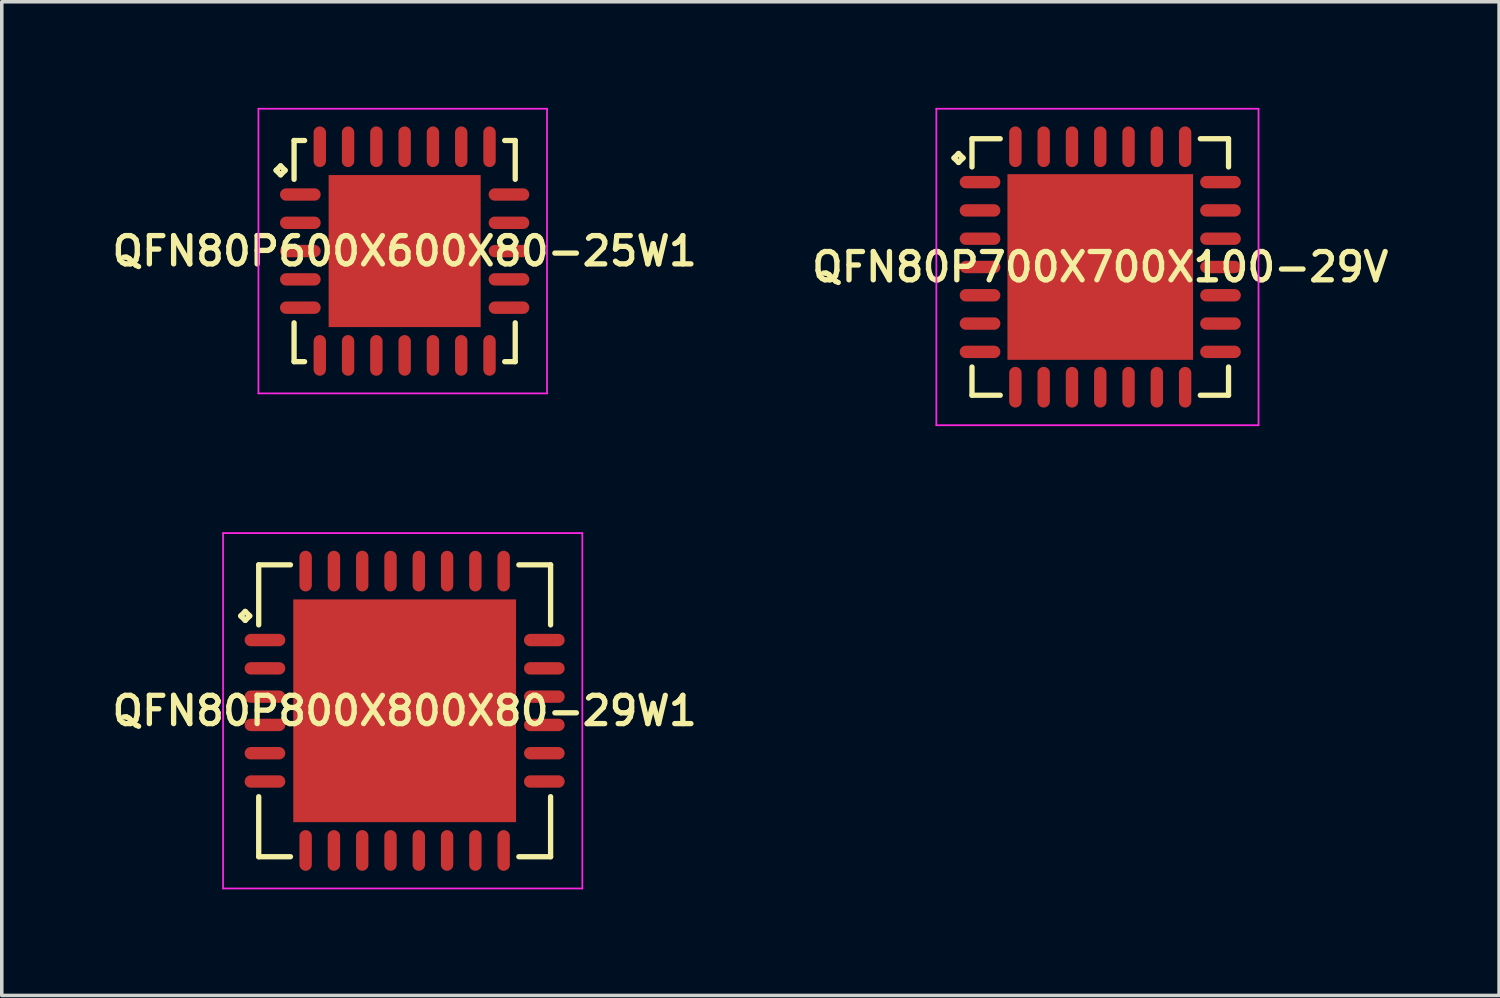
<source format=kicad_pcb>
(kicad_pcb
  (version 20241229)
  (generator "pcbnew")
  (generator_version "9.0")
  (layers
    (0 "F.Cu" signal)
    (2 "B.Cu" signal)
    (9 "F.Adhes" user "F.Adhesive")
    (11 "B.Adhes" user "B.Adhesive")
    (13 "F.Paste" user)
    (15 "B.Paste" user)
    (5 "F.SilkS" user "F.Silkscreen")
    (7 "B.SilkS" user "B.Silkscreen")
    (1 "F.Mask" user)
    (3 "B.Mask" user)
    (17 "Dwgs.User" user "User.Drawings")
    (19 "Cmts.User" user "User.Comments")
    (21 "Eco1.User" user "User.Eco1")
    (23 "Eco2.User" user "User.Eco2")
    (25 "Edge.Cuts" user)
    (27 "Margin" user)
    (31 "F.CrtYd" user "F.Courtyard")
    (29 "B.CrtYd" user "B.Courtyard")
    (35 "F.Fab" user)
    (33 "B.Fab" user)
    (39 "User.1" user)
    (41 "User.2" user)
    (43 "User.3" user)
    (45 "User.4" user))
  (footprint "QFN80P600X600X80-25W1"
    (layer "F.Cu")
    (at 8.393 4.05)
    (property "Reference" "QFN80P600X600X80-25W1" (at 0 0 0) (layer "F.SilkS") (effects (font (size 0.8 0.8) (thickness 0.15))))
    (attr smd)
    (fp_line (start -3.635 -2.283) (end -3.508 -2.41) (stroke (width 0.15) (type solid)) (layer "F.SilkS"))
    (fp_line (start -3.508 -2.41) (end -3.381 -2.283) (stroke (width 0.15) (type solid)) (layer "F.SilkS"))
    (fp_line (start -3.508 -2.156) (end -3.635 -2.283) (stroke (width 0.15) (type solid)) (layer "F.SilkS"))
    (fp_line (start -3.381 -2.283) (end -3.508 -2.156) (stroke (width 0.15) (type solid)) (layer "F.SilkS"))
    (fp_line (start -3.127 -3.127) (end -2.829 -3.127) (stroke (width 0.15) (type solid)) (layer "F.SilkS"))
    (fp_line (start -3.127 -2.029) (end -3.127 -3.127) (stroke (width 0.15) (type solid)) (layer "F.SilkS"))
    (fp_line (start -3.127 2.029) (end -3.127 3.127) (stroke (width 0.15) (type solid)) (layer "F.SilkS"))
    (fp_line (start -3.127 3.127) (end -2.829 3.127) (stroke (width 0.15) (type solid)) (layer "F.SilkS"))
    (fp_line (start 2.829 -3.127) (end 3.127 -3.127) (stroke (width 0.15) (type solid)) (layer "F.SilkS"))
    (fp_line (start 2.829 3.127) (end 3.127 3.127) (stroke (width 0.15) (type solid)) (layer "F.SilkS"))
    (fp_line (start 3.127 -3.127) (end 3.127 -2.029) (stroke (width 0.15) (type solid)) (layer "F.SilkS"))
    (fp_line (start 3.127 3.127) (end 3.127 2.029) (stroke (width 0.15) (type solid)) (layer "F.SilkS"))
    (fp_line (start -4.135 -4.025) (end 4.025 -4.025) (stroke (width 0.05) (type solid)) (layer "F.CrtYd"))
    (fp_line (start -4.135 4.025) (end -4.135 -4.025) (stroke (width 0.05) (type solid)) (layer "F.CrtYd"))
    (fp_line (start 4.025 -4.025) (end 4.025 4.025) (stroke (width 0.05) (type solid)) (layer "F.CrtYd"))
    (fp_line (start 4.025 4.025) (end -4.135 4.025) (stroke (width 0.05) (type solid)) (layer "F.CrtYd"))
    (pad "1" smd oval (at -2.95 -1.6) (size 1.15 0.35) (layers "F.Cu" "F.Mask" "F.Paste"))
    (pad "2" smd oval (at -2.95 -0.8) (size 1.15 0.35) (layers "F.Cu" "F.Mask" "F.Paste"))
    (pad "3" smd oval (at -2.95 0) (size 1.15 0.35) (layers "F.Cu" "F.Mask" "F.Paste"))
    (pad "4" smd oval (at -2.95 0.8) (size 1.15 0.35) (layers "F.Cu" "F.Mask" "F.Paste"))
    (pad "5" smd oval (at -2.95 1.6) (size 1.15 0.35) (layers "F.Cu" "F.Mask" "F.Paste"))
    (pad "6" smd oval (at -2.4 2.95) (size 0.35 1.15) (layers "F.Cu" "F.Mask" "F.Paste"))
    (pad "7" smd oval (at -1.6 2.95) (size 0.35 1.15) (layers "F.Cu" "F.Mask" "F.Paste"))
    (pad "8" smd oval (at -0.8 2.95) (size 0.35 1.15) (layers "F.Cu" "F.Mask" "F.Paste"))
    (pad "9" smd oval (at 0 2.95) (size 0.35 1.15) (layers "F.Cu" "F.Mask" "F.Paste"))
    (pad "10" smd oval (at 0.8 2.95) (size 0.35 1.15) (layers "F.Cu" "F.Mask" "F.Paste"))
    (pad "11" smd oval (at 1.6 2.95) (size 0.35 1.15) (layers "F.Cu" "F.Mask" "F.Paste"))
    (pad "12" smd oval (at 2.4 2.95) (size 0.35 1.15) (layers "F.Cu" "F.Mask" "F.Paste"))
    (pad "13" smd oval (at 2.95 1.6) (size 1.15 0.35) (layers "F.Cu" "F.Mask" "F.Paste"))
    (pad "14" smd oval (at 2.95 0.8) (size 1.15 0.35) (layers "F.Cu" "F.Mask" "F.Paste"))
    (pad "15" smd oval (at 2.95 0) (size 1.15 0.35) (layers "F.Cu" "F.Mask" "F.Paste"))
    (pad "16" smd oval (at 2.95 -0.8) (size 1.15 0.35) (layers "F.Cu" "F.Mask" "F.Paste"))
    (pad "17" smd oval (at 2.95 -1.6) (size 1.15 0.35) (layers "F.Cu" "F.Mask" "F.Paste"))
    (pad "18" smd oval (at 2.4 -2.95) (size 0.35 1.15) (layers "F.Cu" "F.Mask" "F.Paste"))
    (pad "19" smd oval (at 1.6 -2.95) (size 0.35 1.15) (layers "F.Cu" "F.Mask" "F.Paste"))
    (pad "20" smd oval (at 0.8 -2.95) (size 0.35 1.15) (layers "F.Cu" "F.Mask" "F.Paste"))
    (pad "21" smd oval (at 0 -2.95) (size 0.35 1.15) (layers "F.Cu" "F.Mask" "F.Paste"))
    (pad "22" smd oval (at -0.8 -2.95) (size 0.35 1.15) (layers "F.Cu" "F.Mask" "F.Paste"))
    (pad "23" smd oval (at -1.6 -2.95) (size 0.35 1.15) (layers "F.Cu" "F.Mask" "F.Paste"))
    (pad "24" smd oval (at -2.4 -2.95) (size 0.35 1.15) (layers "F.Cu" "F.Mask" "F.Paste"))
    (pad "25" smd rect (at 0 0) (size 4.3 4.3) (layers "F.Cu" "F.Mask" "F.Paste")))
  (footprint "QFN80P700X700X100-29V"
    (layer "F.Cu")
    (at 28.064 4.5)
    (property "Reference" "QFN80P700X700X100-29V" (at 0 0 0) (layer "F.SilkS") (effects (font (size 0.8 0.8) (thickness 0.15))))
    (attr smd)
    (fp_line (start -4.135 -3.083) (end -4.008 -3.21) (stroke (width 0.15) (type solid)) (layer "F.SilkS"))
    (fp_line (start -4.008 -3.21) (end -3.881 -3.083) (stroke (width 0.15) (type solid)) (layer "F.SilkS"))
    (fp_line (start -4.008 -2.956) (end -4.135 -3.083) (stroke (width 0.15) (type solid)) (layer "F.SilkS"))
    (fp_line (start -3.881 -3.083) (end -4.008 -2.956) (stroke (width 0.15) (type solid)) (layer "F.SilkS"))
    (fp_line (start -3.627 -3.627) (end -2.829 -3.627) (stroke (width 0.15) (type solid)) (layer "F.SilkS"))
    (fp_line (start -3.627 -2.829) (end -3.627 -3.627) (stroke (width 0.15) (type solid)) (layer "F.SilkS"))
    (fp_line (start -3.627 2.829) (end -3.627 3.627) (stroke (width 0.15) (type solid)) (layer "F.SilkS"))
    (fp_line (start -3.627 3.627) (end -2.829 3.627) (stroke (width 0.15) (type solid)) (layer "F.SilkS"))
    (fp_line (start 2.829 -3.627) (end 3.627 -3.627) (stroke (width 0.15) (type solid)) (layer "F.SilkS"))
    (fp_line (start 2.829 3.627) (end 3.627 3.627) (stroke (width 0.15) (type solid)) (layer "F.SilkS"))
    (fp_line (start 3.627 -3.627) (end 3.627 -2.829) (stroke (width 0.15) (type solid)) (layer "F.SilkS"))
    (fp_line (start 3.627 3.627) (end 3.627 2.829) (stroke (width 0.15) (type solid)) (layer "F.SilkS"))
    (fp_line (start -4.635 -4.475) (end 4.475 -4.475) (stroke (width 0.05) (type solid)) (layer "F.CrtYd"))
    (fp_line (start -4.635 4.475) (end -4.635 -4.475) (stroke (width 0.05) (type solid)) (layer "F.CrtYd"))
    (fp_line (start 4.475 -4.475) (end 4.475 4.475) (stroke (width 0.05) (type solid)) (layer "F.CrtYd"))
    (fp_line (start 4.475 4.475) (end -4.635 4.475) (stroke (width 0.05) (type solid)) (layer "F.CrtYd"))
    (pad "1" smd oval (at -3.4 -2.4) (size 1.15 0.35) (layers "F.Cu" "F.Mask" "F.Paste"))
    (pad "2" smd oval (at -3.4 -1.6) (size 1.15 0.35) (layers "F.Cu" "F.Mask" "F.Paste"))
    (pad "3" smd oval (at -3.4 -0.8) (size 1.15 0.35) (layers "F.Cu" "F.Mask" "F.Paste"))
    (pad "4" smd oval (at -3.4 0) (size 1.15 0.35) (layers "F.Cu" "F.Mask" "F.Paste"))
    (pad "5" smd oval (at -3.4 0.8) (size 1.15 0.35) (layers "F.Cu" "F.Mask" "F.Paste"))
    (pad "6" smd oval (at -3.4 1.6) (size 1.15 0.35) (layers "F.Cu" "F.Mask" "F.Paste"))
    (pad "7" smd oval (at -3.4 2.4) (size 1.15 0.35) (layers "F.Cu" "F.Mask" "F.Paste"))
    (pad "8" smd oval (at -2.4 3.4) (size 0.35 1.15) (layers "F.Cu" "F.Mask" "F.Paste"))
    (pad "9" smd oval (at -1.6 3.4) (size 0.35 1.15) (layers "F.Cu" "F.Mask" "F.Paste"))
    (pad "10" smd oval (at -0.8 3.4) (size 0.35 1.15) (layers "F.Cu" "F.Mask" "F.Paste"))
    (pad "11" smd oval (at 0 3.4) (size 0.35 1.15) (layers "F.Cu" "F.Mask" "F.Paste"))
    (pad "12" smd oval (at 0.8 3.4) (size 0.35 1.15) (layers "F.Cu" "F.Mask" "F.Paste"))
    (pad "13" smd oval (at 1.6 3.4) (size 0.35 1.15) (layers "F.Cu" "F.Mask" "F.Paste"))
    (pad "14" smd oval (at 2.4 3.4) (size 0.35 1.15) (layers "F.Cu" "F.Mask" "F.Paste"))
    (pad "15" smd oval (at 3.4 2.4) (size 1.15 0.35) (layers "F.Cu" "F.Mask" "F.Paste"))
    (pad "16" smd oval (at 3.4 1.6) (size 1.15 0.35) (layers "F.Cu" "F.Mask" "F.Paste"))
    (pad "17" smd oval (at 3.4 0.8) (size 1.15 0.35) (layers "F.Cu" "F.Mask" "F.Paste"))
    (pad "18" smd oval (at 3.4 0) (size 1.15 0.35) (layers "F.Cu" "F.Mask" "F.Paste"))
    (pad "19" smd oval (at 3.4 -0.8) (size 1.15 0.35) (layers "F.Cu" "F.Mask" "F.Paste"))
    (pad "20" smd oval (at 3.4 -1.6) (size 1.15 0.35) (layers "F.Cu" "F.Mask" "F.Paste"))
    (pad "21" smd oval (at 3.4 -2.4) (size 1.15 0.35) (layers "F.Cu" "F.Mask" "F.Paste"))
    (pad "22" smd oval (at 2.4 -3.4) (size 0.35 1.15) (layers "F.Cu" "F.Mask" "F.Paste"))
    (pad "23" smd oval (at 1.6 -3.4) (size 0.35 1.15) (layers "F.Cu" "F.Mask" "F.Paste"))
    (pad "24" smd oval (at 0.8 -3.4) (size 0.35 1.15) (layers "F.Cu" "F.Mask" "F.Paste"))
    (pad "25" smd oval (at 0 -3.4) (size 0.35 1.15) (layers "F.Cu" "F.Mask" "F.Paste"))
    (pad "26" smd oval (at -0.8 -3.4) (size 0.35 1.15) (layers "F.Cu" "F.Mask" "F.Paste"))
    (pad "27" smd oval (at -1.6 -3.4) (size 0.35 1.15) (layers "F.Cu" "F.Mask" "F.Paste"))
    (pad "28" smd oval (at -2.4 -3.4) (size 0.35 1.15) (layers "F.Cu" "F.Mask" "F.Paste"))
    (pad "29" smd rect (at 0 0) (size 5.25 5.25) (layers "F.Cu" "F.Mask" "F.Paste")))
  (footprint "QFN80P800X800X80-29W1"
    (layer "F.Cu")
    (at 8.393 17.05)
    (property "Reference" "QFN80P800X800X80-29W1" (at 0 0 0) (layer "F.SilkS") (effects (font (size 0.8 0.8) (thickness 0.15))))
    (attr smd)
    (fp_line (start -4.635 -2.683) (end -4.508 -2.81) (stroke (width 0.15) (type solid)) (layer "F.SilkS"))
    (fp_line (start -4.508 -2.81) (end -4.381 -2.683) (stroke (width 0.15) (type solid)) (layer "F.SilkS"))
    (fp_line (start -4.508 -2.556) (end -4.635 -2.683) (stroke (width 0.15) (type solid)) (layer "F.SilkS"))
    (fp_line (start -4.381 -2.683) (end -4.508 -2.556) (stroke (width 0.15) (type solid)) (layer "F.SilkS"))
    (fp_line (start -4.127 -4.127) (end -3.229 -4.127) (stroke (width 0.15) (type solid)) (layer "F.SilkS"))
    (fp_line (start -4.127 -2.429) (end -4.127 -4.127) (stroke (width 0.15) (type solid)) (layer "F.SilkS"))
    (fp_line (start -4.127 2.429) (end -4.127 4.127) (stroke (width 0.15) (type solid)) (layer "F.SilkS"))
    (fp_line (start -4.127 4.127) (end -3.229 4.127) (stroke (width 0.15) (type solid)) (layer "F.SilkS"))
    (fp_line (start 3.229 -4.127) (end 4.127 -4.127) (stroke (width 0.15) (type solid)) (layer "F.SilkS"))
    (fp_line (start 3.229 4.127) (end 4.127 4.127) (stroke (width 0.15) (type solid)) (layer "F.SilkS"))
    (fp_line (start 4.127 -4.127) (end 4.127 -2.429) (stroke (width 0.15) (type solid)) (layer "F.SilkS"))
    (fp_line (start 4.127 4.127) (end 4.127 2.429) (stroke (width 0.15) (type solid)) (layer "F.SilkS"))
    (fp_line (start -5.135 -5.025) (end 5.025 -5.025) (stroke (width 0.05) (type solid)) (layer "F.CrtYd"))
    (fp_line (start -5.135 5.025) (end -5.135 -5.025) (stroke (width 0.05) (type solid)) (layer "F.CrtYd"))
    (fp_line (start 5.025 -5.025) (end 5.025 5.025) (stroke (width 0.05) (type solid)) (layer "F.CrtYd"))
    (fp_line (start 5.025 5.025) (end -5.135 5.025) (stroke (width 0.05) (type solid)) (layer "F.CrtYd"))
    (pad "1" smd oval (at -3.95 -2) (size 1.15 0.35) (layers "F.Cu" "F.Mask" "F.Paste"))
    (pad "2" smd oval (at -3.95 -1.2) (size 1.15 0.35) (layers "F.Cu" "F.Mask" "F.Paste"))
    (pad "3" smd oval (at -3.95 -0.4) (size 1.15 0.35) (layers "F.Cu" "F.Mask" "F.Paste"))
    (pad "4" smd oval (at -3.95 0.4) (size 1.15 0.35) (layers "F.Cu" "F.Mask" "F.Paste"))
    (pad "5" smd oval (at -3.95 1.2) (size 1.15 0.35) (layers "F.Cu" "F.Mask" "F.Paste"))
    (pad "6" smd oval (at -3.95 2) (size 1.15 0.35) (layers "F.Cu" "F.Mask" "F.Paste"))
    (pad "7" smd oval (at -2.8 3.95) (size 0.35 1.15) (layers "F.Cu" "F.Mask" "F.Paste"))
    (pad "8" smd oval (at -2 3.95) (size 0.35 1.15) (layers "F.Cu" "F.Mask" "F.Paste"))
    (pad "9" smd oval (at -1.2 3.95) (size 0.35 1.15) (layers "F.Cu" "F.Mask" "F.Paste"))
    (pad "10" smd oval (at -0.4 3.95) (size 0.35 1.15) (layers "F.Cu" "F.Mask" "F.Paste"))
    (pad "11" smd oval (at 0.4 3.95) (size 0.35 1.15) (layers "F.Cu" "F.Mask" "F.Paste"))
    (pad "12" smd oval (at 1.2 3.95) (size 0.35 1.15) (layers "F.Cu" "F.Mask" "F.Paste"))
    (pad "13" smd oval (at 2 3.95) (size 0.35 1.15) (layers "F.Cu" "F.Mask" "F.Paste"))
    (pad "14" smd oval (at 2.8 3.95) (size 0.35 1.15) (layers "F.Cu" "F.Mask" "F.Paste"))
    (pad "15" smd oval (at 3.95 2) (size 1.15 0.35) (layers "F.Cu" "F.Mask" "F.Paste"))
    (pad "16" smd oval (at 3.95 1.2) (size 1.15 0.35) (layers "F.Cu" "F.Mask" "F.Paste"))
    (pad "17" smd oval (at 3.95 0.4) (size 1.15 0.35) (layers "F.Cu" "F.Mask" "F.Paste"))
    (pad "18" smd oval (at 3.95 -0.4) (size 1.15 0.35) (layers "F.Cu" "F.Mask" "F.Paste"))
    (pad "19" smd oval (at 3.95 -1.2) (size 1.15 0.35) (layers "F.Cu" "F.Mask" "F.Paste"))
    (pad "20" smd oval (at 3.95 -2) (size 1.15 0.35) (layers "F.Cu" "F.Mask" "F.Paste"))
    (pad "21" smd oval (at 2.8 -3.95) (size 0.35 1.15) (layers "F.Cu" "F.Mask" "F.Paste"))
    (pad "22" smd oval (at 2 -3.95) (size 0.35 1.15) (layers "F.Cu" "F.Mask" "F.Paste"))
    (pad "23" smd oval (at 1.2 -3.95) (size 0.35 1.15) (layers "F.Cu" "F.Mask" "F.Paste"))
    (pad "24" smd oval (at 0.4 -3.95) (size 0.35 1.15) (layers "F.Cu" "F.Mask" "F.Paste"))
    (pad "25" smd oval (at -0.4 -3.95) (size 0.35 1.15) (layers "F.Cu" "F.Mask" "F.Paste"))
    (pad "26" smd oval (at -1.2 -3.95) (size 0.35 1.15) (layers "F.Cu" "F.Mask" "F.Paste"))
    (pad "27" smd oval (at -2 -3.95) (size 0.35 1.15) (layers "F.Cu" "F.Mask" "F.Paste"))
    (pad "28" smd oval (at -2.8 -3.95) (size 0.35 1.15) (layers "F.Cu" "F.Mask" "F.Paste"))
    (pad "29" smd rect (at 0 0) (size 6.3 6.3) (layers "F.Cu" "F.Mask" "F.Paste")))
  (gr_rect
    (start -3 -3)
    (end 39.342 25.1)
    (stroke (width 0.1) (type default))
    (fill no)
    (layer "Edge.Cuts")))
</source>
